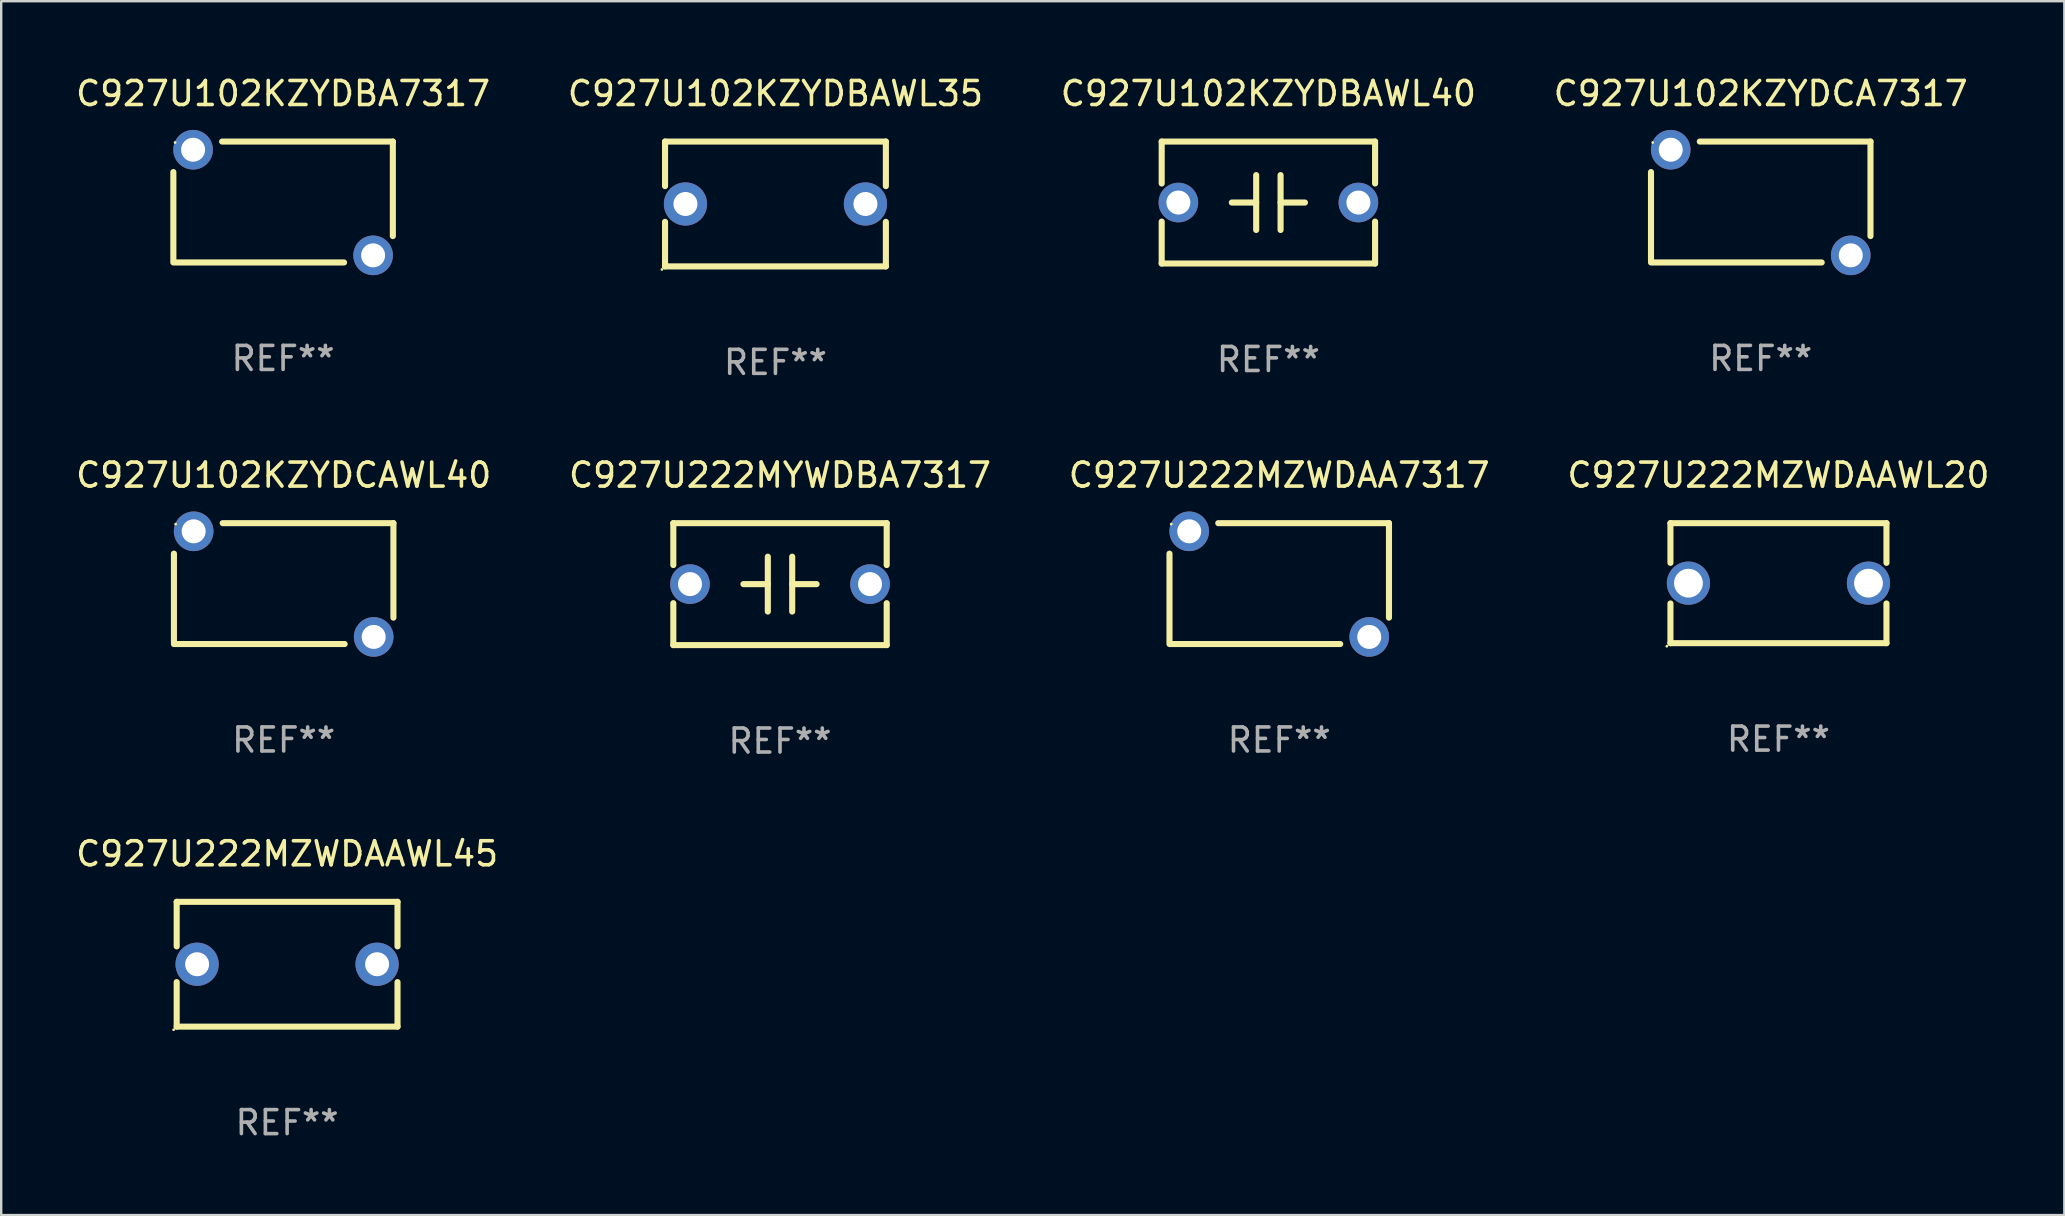
<source format=kicad_pcb>
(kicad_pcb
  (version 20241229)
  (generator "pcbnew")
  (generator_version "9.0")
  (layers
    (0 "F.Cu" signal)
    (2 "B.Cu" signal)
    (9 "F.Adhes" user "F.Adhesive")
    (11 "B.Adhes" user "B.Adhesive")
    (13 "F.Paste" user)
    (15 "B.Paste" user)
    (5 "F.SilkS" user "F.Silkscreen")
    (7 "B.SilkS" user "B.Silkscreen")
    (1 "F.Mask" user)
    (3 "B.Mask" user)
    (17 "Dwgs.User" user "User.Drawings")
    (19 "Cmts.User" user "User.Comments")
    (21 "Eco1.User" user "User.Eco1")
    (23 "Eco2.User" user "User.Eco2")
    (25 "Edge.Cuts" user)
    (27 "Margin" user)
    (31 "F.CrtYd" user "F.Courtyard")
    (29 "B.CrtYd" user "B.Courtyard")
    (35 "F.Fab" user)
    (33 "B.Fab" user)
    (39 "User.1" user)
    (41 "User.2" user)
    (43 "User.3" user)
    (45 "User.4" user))
  (footprint "C927U222MYWDBA7317"
    (layer "F.Cu")
    (at 29.446 21.285)
    (property "Reference" "C927U222MYWDBA7317" (at 0 -4.54 0) (layer "F.SilkS") (effects (font (size 1 1) (thickness 0.15))))
    (attr through_hole)
    (fp_line (start -4.445 -2.54) (end -4.445 -0.794) (stroke (width 0.254) (type solid)) (layer "F.SilkS"))
    (fp_line (start -4.445 0.794) (end -4.445 2.54) (stroke (width 0.254) (type solid)) (layer "F.SilkS"))
    (fp_line (start -4.445 2.54) (end 4.445 2.54) (stroke (width 0.254) (type solid)) (layer "F.SilkS"))
    (fp_line (start -0.508 0.000025) (end -1.524 0.000025) (stroke (width 0.254) (type solid)) (layer "F.SilkS"))
    (fp_line (start -0.508 1.143) (end -0.508 -1.143) (stroke (width 0.254) (type solid)) (layer "F.SilkS"))
    (fp_line (start 0.508 -1.143) (end 0.508 1.143) (stroke (width 0.254) (type solid)) (layer "F.SilkS"))
    (fp_line (start 0.508 -0.000025) (end 1.524 -0.000025) (stroke (width 0.254) (type solid)) (layer "F.SilkS"))
    (fp_line (start 4.445 -2.54) (end -4.445 -2.54) (stroke (width 0.254) (type solid)) (layer "F.SilkS"))
    (fp_line (start 4.445 -0.794) (end 4.445 -2.54) (stroke (width 0.254) (type solid)) (layer "F.SilkS"))
    (fp_line (start 4.445 2.54) (end 4.445 0.794) (stroke (width 0.254) (type solid)) (layer "F.SilkS"))
    (fp_circle (center -4.5 2.5) (end -4.47 2.5) (stroke (width 0.06) (type solid)) (fill no) (layer "F.SilkS"))
    (fp_text user "REF**" (at 0 6.54 0) (layer "F.Fab") (effects (font (size 1 1) (thickness 0.15))))
    (pad "1" thru_hole circle (at -3.75 0) (size 1.65 1.65) (drill 1) (layers "*.Cu" "*.Mask"))
    (pad "2" thru_hole circle (at 3.75 0) (size 1.65 1.65) (drill 1) (layers "*.Cu" "*.Mask")))
  (footprint "C927U102KZYDBA7317"
    (layer "F.Cu")
    (at 8.744 5.366)
    (property "Reference" "C927U102KZYDBA7317" (at 0 -4.518 0) (layer "F.SilkS") (effects (font (size 1 1) (thickness 0.15))))
    (attr through_hole)
    (fp_line (start -4.572 2.435) (end -4.572 -1.248) (stroke (width 0.254) (type solid)) (layer "F.SilkS"))
    (fp_line (start -4.572 2.518) (end 2.54 2.518) (stroke (width 0.254) (type solid)) (layer "F.SilkS"))
    (fp_line (start -2.54 -2.518) (end 4.572 -2.518) (stroke (width 0.254) (type solid)) (layer "F.SilkS"))
    (fp_line (start 4.572 -2.518) (end 4.572 1.419) (stroke (width 0.254) (type solid)) (layer "F.SilkS"))
    (fp_circle (center -4.5 -2.478) (end -4.47 -2.478) (stroke (width 0.06) (type solid)) (fill no) (layer "F.SilkS"))
    (fp_text user "REF**" (at 0 6.518 0) (layer "F.Fab") (effects (font (size 1 1) (thickness 0.15))))
    (pad "1" thru_hole circle (at -3.75 -2.178) (size 1.65 1.65) (drill 1) (layers "*.Cu" "*.Mask"))
    (pad "2" thru_hole circle (at 3.75 2.222) (size 1.65 1.65) (drill 1) (layers "*.Cu" "*.Mask")))
  (footprint "C927U222MZWDAAWL20"
    (layer "F.Cu")
    (at 71.042 21.245)
    (property "Reference" "C927U222MZWDAAWL20" (at 0 -4.5 0) (layer "F.SilkS") (effects (font (size 1 1) (thickness 0.15))))
    (attr through_hole)
    (fp_line (start -4.5 -2.5) (end -4.5 -0.846) (stroke (width 0.254) (type solid)) (layer "F.SilkS"))
    (fp_line (start -4.5 -2.5) (end 4.5 -2.5) (stroke (width 0.254) (type solid)) (layer "F.SilkS"))
    (fp_line (start -4.5 0.846) (end -4.5 2.5) (stroke (width 0.254) (type solid)) (layer "F.SilkS"))
    (fp_line (start 4.5 -2.5) (end 4.5 -0.846) (stroke (width 0.254) (type solid)) (layer "F.SilkS"))
    (fp_line (start 4.5 0.846) (end 4.5 2.5) (stroke (width 0.254) (type solid)) (layer "F.SilkS"))
    (fp_line (start 4.5 2.5) (end -4.5 2.5) (stroke (width 0.254) (type solid)) (layer "F.SilkS"))
    (fp_circle (center -4.65 2.627) (end -4.62 2.627) (stroke (width 0.06) (type solid)) (fill no) (layer "F.SilkS"))
    (fp_text user "REF**" (at 0 6.5 0) (layer "F.Fab") (effects (font (size 1 1) (thickness 0.15))))
    (pad "1" thru_hole circle (at -3.75 0) (size 1.8 1.8) (drill 1.2) (layers "*.Cu" "*.Mask"))
    (pad "2" thru_hole circle (at 3.75 0) (size 1.8 1.8) (drill 1.2) (layers "*.Cu" "*.Mask")))
  (footprint "C927U222MZWDAA7317"
    (layer "F.Cu")
    (at 50.244 21.263)
    (property "Reference" "C927U222MZWDAA7317" (at 0 -4.518 0) (layer "F.SilkS") (effects (font (size 1 1) (thickness 0.15))))
    (attr through_hole)
    (fp_line (start -4.572 2.435) (end -4.572 -1.248) (stroke (width 0.254) (type solid)) (layer "F.SilkS"))
    (fp_line (start -4.572 2.518) (end 2.54 2.518) (stroke (width 0.254) (type solid)) (layer "F.SilkS"))
    (fp_line (start -2.54 -2.518) (end 4.572 -2.518) (stroke (width 0.254) (type solid)) (layer "F.SilkS"))
    (fp_line (start 4.572 -2.518) (end 4.572 1.419) (stroke (width 0.254) (type solid)) (layer "F.SilkS"))
    (fp_circle (center -4.5 -2.478) (end -4.47 -2.478) (stroke (width 0.06) (type solid)) (fill no) (layer "F.SilkS"))
    (fp_text user "REF**" (at 0 6.518 0) (layer "F.Fab") (effects (font (size 1 1) (thickness 0.15))))
    (pad "1" thru_hole circle (at -3.75 -2.178) (size 1.65 1.65) (drill 1) (layers "*.Cu" "*.Mask"))
    (pad "2" thru_hole circle (at 3.75 2.222) (size 1.65 1.65) (drill 1) (layers "*.Cu" "*.Mask")))
  (footprint "C927U222MZWDAAWL45"
    (layer "F.Cu")
    (at 8.911 37.121)
    (property "Reference" "C927U222MZWDAAWL45" (at 0 -4.6 0) (layer "F.SilkS") (effects (font (size 1 1) (thickness 0.15))))
    (attr through_hole)
    (fp_line (start -4.6 -2.6) (end -4.6 -0.744) (stroke (width 0.254) (type solid)) (layer "F.SilkS"))
    (fp_line (start -4.6 -2.6) (end 4.6 -2.6) (stroke (width 0.254) (type solid)) (layer "F.SilkS"))
    (fp_line (start -4.6 0.744) (end -4.6 2.6) (stroke (width 0.254) (type solid)) (layer "F.SilkS"))
    (fp_line (start -4.6 2.6) (end 4.6 2.6) (stroke (width 0.254) (type solid)) (layer "F.SilkS"))
    (fp_line (start 4.6 -2.6) (end 4.6 -0.744) (stroke (width 0.254) (type solid)) (layer "F.SilkS"))
    (fp_line (start 4.6 0.744) (end 4.6 2.6) (stroke (width 0.254) (type solid)) (layer "F.SilkS"))
    (fp_circle (center -4.727 2.727) (end -4.697 2.727) (stroke (width 0.06) (type solid)) (fill no) (layer "F.SilkS"))
    (fp_text user "REF**" (at 0 6.6 0) (layer "F.Fab") (effects (font (size 1 1) (thickness 0.15))))
    (pad "1" thru_hole circle (at -3.749 0) (size 1.8 1.8) (drill 1) (layers "*.Cu" "*.Mask"))
    (pad "2" thru_hole circle (at 3.749 0) (size 1.8 1.8) (drill 1) (layers "*.Cu" "*.Mask")))
  (footprint "C927U102KZYDBAWL40"
    (layer "F.Cu")
    (at 49.792 5.388)
    (property "Reference" "C927U102KZYDBAWL40" (at 0 -4.54 0) (layer "F.SilkS") (effects (font (size 1 1) (thickness 0.15))))
    (attr through_hole)
    (fp_line (start -4.445 -2.54) (end -4.445 -0.794) (stroke (width 0.254) (type solid)) (layer "F.SilkS"))
    (fp_line (start -4.445 0.794) (end -4.445 2.54) (stroke (width 0.254) (type solid)) (layer "F.SilkS"))
    (fp_line (start -4.445 2.54) (end 4.445 2.54) (stroke (width 0.254) (type solid)) (layer "F.SilkS"))
    (fp_line (start -0.508 0.000025) (end -1.524 0.000025) (stroke (width 0.254) (type solid)) (layer "F.SilkS"))
    (fp_line (start -0.508 1.143) (end -0.508 -1.143) (stroke (width 0.254) (type solid)) (layer "F.SilkS"))
    (fp_line (start 0.508 -1.143) (end 0.508 1.143) (stroke (width 0.254) (type solid)) (layer "F.SilkS"))
    (fp_line (start 0.508 -0.000025) (end 1.524 -0.000025) (stroke (width 0.254) (type solid)) (layer "F.SilkS"))
    (fp_line (start 4.445 -2.54) (end -4.445 -2.54) (stroke (width 0.254) (type solid)) (layer "F.SilkS"))
    (fp_line (start 4.445 -0.794) (end 4.445 -2.54) (stroke (width 0.254) (type solid)) (layer "F.SilkS"))
    (fp_line (start 4.445 2.54) (end 4.445 0.794) (stroke (width 0.254) (type solid)) (layer "F.SilkS"))
    (fp_circle (center -4.5 2.5) (end -4.47 2.5) (stroke (width 0.06) (type solid)) (fill no) (layer "F.SilkS"))
    (fp_text user "REF**" (at 0 6.54 0) (layer "F.Fab") (effects (font (size 1 1) (thickness 0.15))))
    (pad "1" thru_hole circle (at -3.75 0) (size 1.65 1.65) (drill 1) (layers "*.Cu" "*.Mask"))
    (pad "2" thru_hole circle (at 3.75 0) (size 1.65 1.65) (drill 1) (layers "*.Cu" "*.Mask")))
  (footprint "C927U102KZYDBAWL35"
    (layer "F.Cu")
    (at 29.256 5.448)
    (property "Reference" "C927U102KZYDBAWL35" (at 0 -4.6 0) (layer "F.SilkS") (effects (font (size 1 1) (thickness 0.15))))
    (attr through_hole)
    (fp_line (start -4.6 -2.6) (end -4.6 -0.744) (stroke (width 0.254) (type solid)) (layer "F.SilkS"))
    (fp_line (start -4.6 -2.6) (end 4.6 -2.6) (stroke (width 0.254) (type solid)) (layer "F.SilkS"))
    (fp_line (start -4.6 0.744) (end -4.6 2.6) (stroke (width 0.254) (type solid)) (layer "F.SilkS"))
    (fp_line (start -4.6 2.6) (end 4.6 2.6) (stroke (width 0.254) (type solid)) (layer "F.SilkS"))
    (fp_line (start 4.6 -2.6) (end 4.6 -0.744) (stroke (width 0.254) (type solid)) (layer "F.SilkS"))
    (fp_line (start 4.6 0.744) (end 4.6 2.6) (stroke (width 0.254) (type solid)) (layer "F.SilkS"))
    (fp_circle (center -4.727 2.727) (end -4.697 2.727) (stroke (width 0.06) (type solid)) (fill no) (layer "F.SilkS"))
    (fp_text user "REF**" (at 0 6.6 0) (layer "F.Fab") (effects (font (size 1 1) (thickness 0.15))))
    (pad "1" thru_hole circle (at -3.749 0) (size 1.8 1.8) (drill 1) (layers "*.Cu" "*.Mask"))
    (pad "2" thru_hole circle (at 3.749 0) (size 1.8 1.8) (drill 1) (layers "*.Cu" "*.Mask")))
  (footprint "C927U102KZYDCA7317"
    (layer "F.Cu")
    (at 70.304 5.366)
    (property "Reference" "C927U102KZYDCA7317" (at 0 -4.518 0) (layer "F.SilkS") (effects (font (size 1 1) (thickness 0.15))))
    (attr through_hole)
    (fp_line (start -4.572 2.435) (end -4.572 -1.248) (stroke (width 0.254) (type solid)) (layer "F.SilkS"))
    (fp_line (start -4.572 2.518) (end 2.54 2.518) (stroke (width 0.254) (type solid)) (layer "F.SilkS"))
    (fp_line (start -2.54 -2.518) (end 4.572 -2.518) (stroke (width 0.254) (type solid)) (layer "F.SilkS"))
    (fp_line (start 4.572 -2.518) (end 4.572 1.419) (stroke (width 0.254) (type solid)) (layer "F.SilkS"))
    (fp_circle (center -4.5 -2.478) (end -4.47 -2.478) (stroke (width 0.06) (type solid)) (fill no) (layer "F.SilkS"))
    (fp_text user "REF**" (at 0 6.518 0) (layer "F.Fab") (effects (font (size 1 1) (thickness 0.15))))
    (pad "1" thru_hole circle (at -3.75 -2.178) (size 1.65 1.65) (drill 1) (layers "*.Cu" "*.Mask"))
    (pad "2" thru_hole circle (at 3.75 2.222) (size 1.65 1.65) (drill 1) (layers "*.Cu" "*.Mask")))
  (footprint "C927U102KZYDCAWL40"
    (layer "F.Cu")
    (at 8.768 21.263)
    (property "Reference" "C927U102KZYDCAWL40" (at 0 -4.518 0) (layer "F.SilkS") (effects (font (size 1 1) (thickness 0.15))))
    (attr through_hole)
    (fp_line (start -4.572 2.435) (end -4.572 -1.248) (stroke (width 0.254) (type solid)) (layer "F.SilkS"))
    (fp_line (start -4.572 2.518) (end 2.54 2.518) (stroke (width 0.254) (type solid)) (layer "F.SilkS"))
    (fp_line (start -2.54 -2.518) (end 4.572 -2.518) (stroke (width 0.254) (type solid)) (layer "F.SilkS"))
    (fp_line (start 4.572 -2.518) (end 4.572 1.419) (stroke (width 0.254) (type solid)) (layer "F.SilkS"))
    (fp_circle (center -4.5 -2.478) (end -4.47 -2.478) (stroke (width 0.06) (type solid)) (fill no) (layer "F.SilkS"))
    (fp_text user "REF**" (at 0 6.518 0) (layer "F.Fab") (effects (font (size 1 1) (thickness 0.15))))
    (pad "1" thru_hole circle (at -3.75 -2.178) (size 1.65 1.65) (drill 1) (layers "*.Cu" "*.Mask"))
    (pad "2" thru_hole circle (at 3.75 2.222) (size 1.65 1.65) (drill 1) (layers "*.Cu" "*.Mask")))
  (gr_rect
    (start -3 -3)
    (end 82.952 47.57)
    (stroke (width 0.1) (type default))
    (fill no)
    (layer "Edge.Cuts")))
</source>
